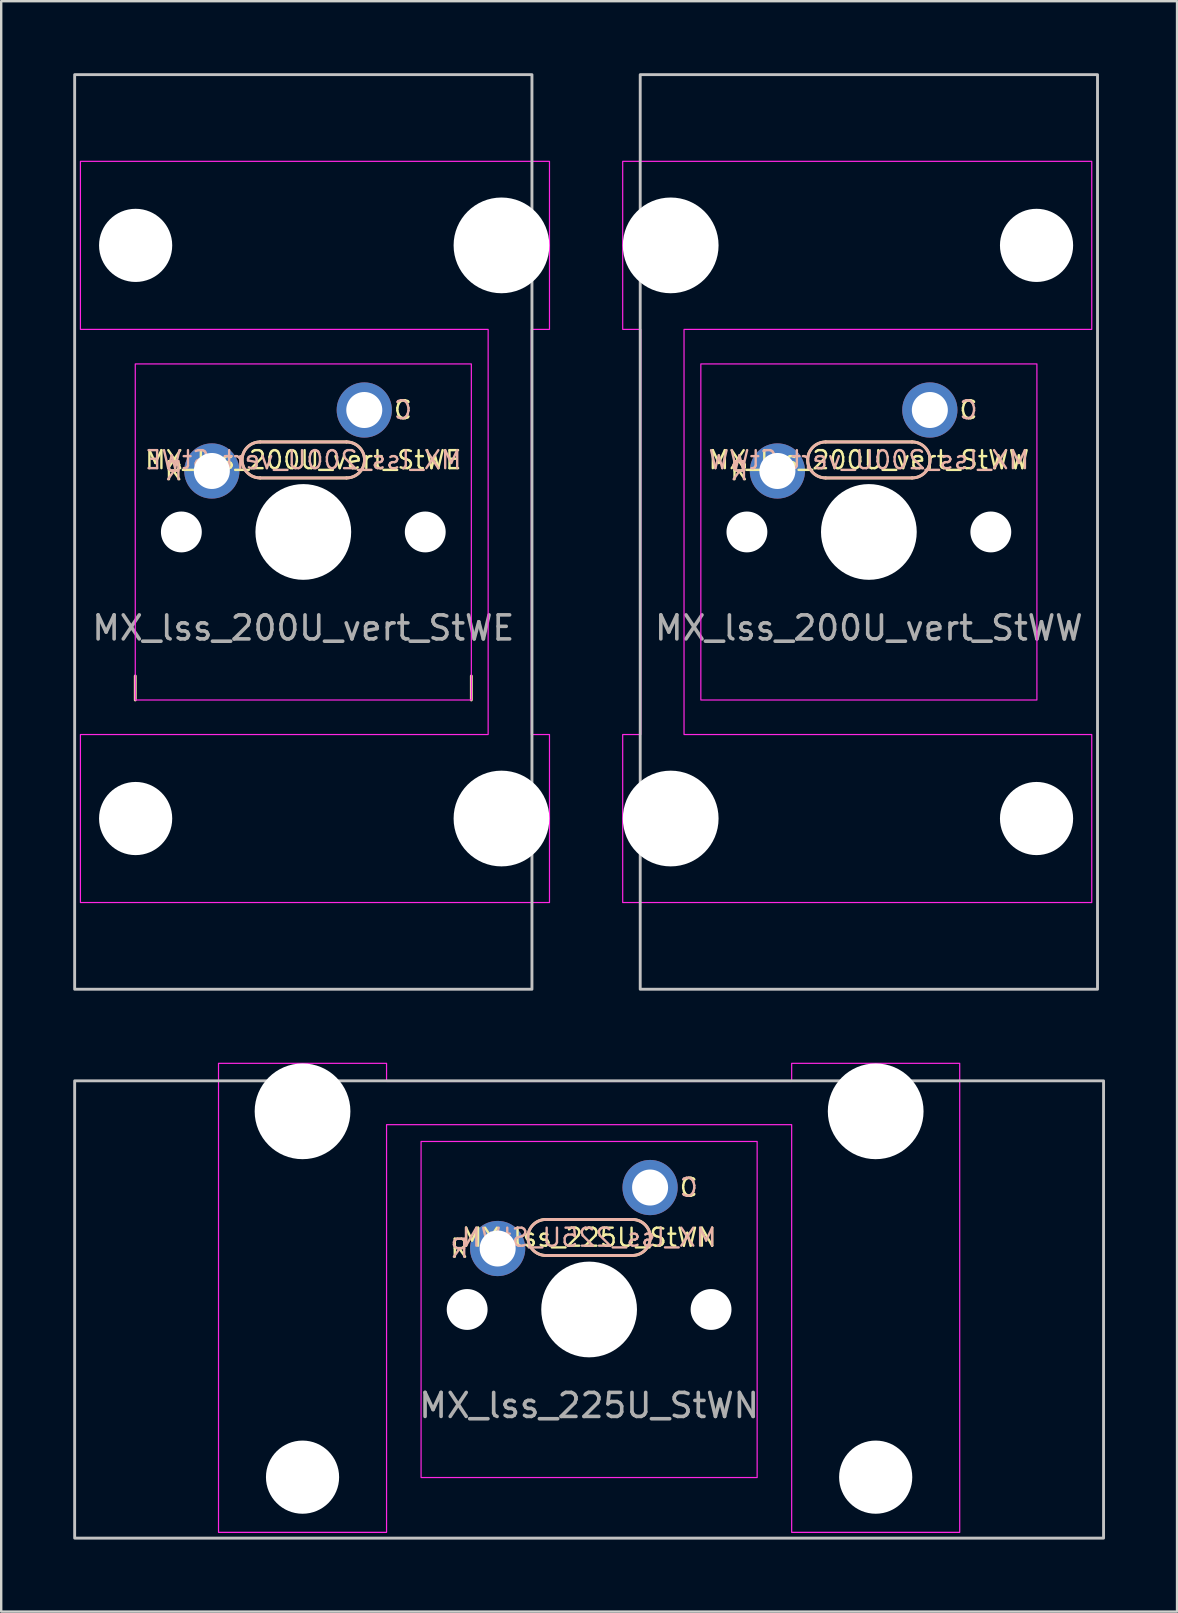
<source format=kicad_pcb>
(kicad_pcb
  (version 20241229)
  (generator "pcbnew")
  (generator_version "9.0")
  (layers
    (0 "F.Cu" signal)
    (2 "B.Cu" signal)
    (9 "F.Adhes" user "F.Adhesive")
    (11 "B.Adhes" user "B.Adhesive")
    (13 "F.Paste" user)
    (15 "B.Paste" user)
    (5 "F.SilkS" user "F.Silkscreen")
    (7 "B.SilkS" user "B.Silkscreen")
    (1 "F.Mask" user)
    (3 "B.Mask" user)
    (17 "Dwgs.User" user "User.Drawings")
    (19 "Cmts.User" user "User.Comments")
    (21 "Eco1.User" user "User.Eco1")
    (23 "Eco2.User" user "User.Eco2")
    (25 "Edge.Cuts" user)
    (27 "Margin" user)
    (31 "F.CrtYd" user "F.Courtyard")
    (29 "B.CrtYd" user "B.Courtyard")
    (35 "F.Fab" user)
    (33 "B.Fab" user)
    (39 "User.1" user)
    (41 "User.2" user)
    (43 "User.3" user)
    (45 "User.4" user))
  (footprint "MX_lss_225U_StWN"
    (layer "F.Cu")
    (at 21.491 51.5)
    (property "Reference" "MX_lss_225U_StWN" (at 0 -3 0) (unlocked yes) (layer "F.SilkS") (effects (font (size 0.75 0.75) (thickness 0.1))))
    (attr through_hole)
    (fp_line (start -1.8 -3.75) (end 1.8 -3.75) (stroke (width 0.12) (type solid)) (layer "F.SilkS"))
    (fp_line (start 1.8 -2.25) (end -1.8 -2.25) (stroke (width 0.12) (type solid)) (layer "F.SilkS"))
    (fp_arc (start -1.8 -2.25) (mid -2.55 -3) (end -1.8 -3.75) (stroke (width 0.12) (type solid)) (layer "F.SilkS"))
    (fp_arc (start 1.8 -3.75) (mid 2.55 -3) (end 1.8 -2.25) (stroke (width 0.12) (type solid)) (layer "F.SilkS"))
    (fp_line (start -1.8 -2.25) (end 1.8 -2.25) (stroke (width 0.12) (type solid)) (layer "B.SilkS"))
    (fp_line (start 1.8 -3.75) (end -1.8 -3.75) (stroke (width 0.12) (type solid)) (layer "B.SilkS"))
    (fp_arc (start -1.8 -2.25) (mid -2.55 -3) (end -1.8 -3.75) (stroke (width 0.12) (type solid)) (layer "B.SilkS"))
    (fp_arc (start 1.8 -3.75) (mid 2.55 -3) (end 1.8 -2.25) (stroke (width 0.12) (type solid)) (layer "B.SilkS"))
    (fp_rect (start -21.431 -9.525) (end 21.431 9.525) (stroke (width 0.12) (type solid)) (fill no) (layer "Dwgs.User"))
    (fp_rect (start -7 -7) (end 7 7) (stroke (width 0.05) (type solid)) (fill no) (layer "F.CrtYd"))
    (fp_poly (pts (xy 8.438 -7.7) (xy -8.438 -7.7) (xy -8.438 9.285) (xy -15.438 9.285) (xy -15.438 -10.255) (xy -8.438 -10.255) (xy -8.438 -9.5) (xy 8.438 -9.5) (xy 8.438 -10.255) (xy 15.438 -10.255) (xy 15.438 9.285) (xy 8.438 9.285)) (stroke (width 0.05) (type solid)) (fill no) (layer "F.CrtYd"))
    (fp_text user "R" (at -5.4 -2.54 0) (unlocked yes) (layer "F.SilkS") (effects (font (size 0.75 0.75) (thickness 0.1))))
    (fp_text user "C" (at 4.15 -5.08 0) (unlocked yes) (layer "F.SilkS") (effects (font (size 0.75 0.75) (thickness 0.1))))
    (fp_text user "${REFERENCE}" (at 0 -3 0) (unlocked yes) (layer "B.SilkS") (effects (font (size 0.75 0.75) (thickness 0.1)) (justify mirror)))
    (fp_text user "C" (at 4.15 -5.08 0) (unlocked yes) (layer "B.SilkS") (effects (font (size 0.75 0.75) (thickness 0.1)) (justify mirror)))
    (fp_text user "R" (at -5.4 -2.54 0) (unlocked yes) (layer "B.SilkS") (effects (font (size 0.75 0.75) (thickness 0.1)) (justify mirror)))
    (fp_text user "${REFERENCE}" (at 0 4 0) (unlocked yes) (layer "F.Fab") (effects (font (size 1 1) (thickness 0.15))))
    (pad "" np_thru_hole circle (at -11.938 -8.255 180) (size 3.988 3.988) (drill 3.988) (layers "*.Cu" "*.Mask"))
    (pad "" np_thru_hole circle (at -11.938 6.985 180) (size 3.048 3.048) (drill 3.048) (layers "*.Cu" "*.Mask"))
    (pad "" np_thru_hole circle (at -5.08 0) (size 1.702 1.702) (drill 1.702) (layers "*.Cu" "*.Mask"))
    (pad "" np_thru_hole circle (at 0 0) (size 3.988 3.988) (drill 3.988) (layers "*.Cu" "*.Mask"))
    (pad "" np_thru_hole circle (at 5.08 0) (size 1.702 1.702) (drill 1.702) (layers "*.Cu" "*.Mask"))
    (pad "" np_thru_hole circle (at 11.938 -8.255 180) (size 3.988 3.988) (drill 3.988) (layers "*.Cu" "*.Mask"))
    (pad "" np_thru_hole circle (at 11.938 6.985 180) (size 3.048 3.048) (drill 3.048) (layers "*.Cu" "*.Mask"))
    (pad "1" thru_hole circle (at 2.54 -5.08) (size 2.3 2.3) (drill 1.5) (layers "*.Cu" "*.Mask"))
    (pad "2" thru_hole circle (at -3.81 -2.54) (size 2.3 2.3) (drill 1.5) (layers "*.Cu" "*.Mask")))
  (footprint "MX_lss_200U_vert_StWE"
    (layer "F.Cu")
    (at 9.585 19.11)
    (property "Reference" "MX_lss_200U_vert_StWE" (at 0 -3 0) (unlocked yes) (layer "F.SilkS") (effects (font (size 0.75 0.75) (thickness 0.1))))
    (attr through_hole)
    (fp_line (start -7 7) (end -7 6) (stroke (width 0.12) (type solid)) (layer "F.SilkS"))
    (fp_line (start -1.8 -3.75) (end 1.8 -3.75) (stroke (width 0.12) (type solid)) (layer "F.SilkS"))
    (fp_line (start 1.8 -2.25) (end -1.8 -2.25) (stroke (width 0.12) (type solid)) (layer "F.SilkS"))
    (fp_line (start 7 7) (end 7 6) (stroke (width 0.12) (type solid)) (layer "F.SilkS"))
    (fp_arc (start -1.8 -2.25) (mid -2.55 -3) (end -1.8 -3.75) (stroke (width 0.12) (type solid)) (layer "F.SilkS"))
    (fp_arc (start 1.8 -3.75) (mid 2.55 -3) (end 1.8 -2.25) (stroke (width 0.12) (type solid)) (layer "F.SilkS"))
    (fp_line (start -1.8 -2.25) (end 1.8 -2.25) (stroke (width 0.12) (type solid)) (layer "B.SilkS"))
    (fp_line (start 1.8 -3.75) (end -1.8 -3.75) (stroke (width 0.12) (type solid)) (layer "B.SilkS"))
    (fp_arc (start -1.8 -2.25) (mid -2.55 -3) (end -1.8 -3.75) (stroke (width 0.12) (type solid)) (layer "B.SilkS"))
    (fp_arc (start 1.8 -3.75) (mid 2.55 -3) (end 1.8 -2.25) (stroke (width 0.12) (type solid)) (layer "B.SilkS"))
    (fp_rect (start 9.525 -19.05) (end -9.525 19.05) (stroke (width 0.12) (type solid)) (fill no) (layer "Dwgs.User"))
    (fp_rect (start -7 -7) (end 7 7) (stroke (width 0.05) (type solid)) (fill no) (layer "F.CrtYd"))
    (fp_poly (pts (xy 7.7 8.438) (xy 7.7 -8.438) (xy -9.285 -8.438) (xy -9.285 -15.438) (xy 10.255 -15.438) (xy 10.255 -8.438) (xy 9.5 -8.438) (xy 9.5 8.438) (xy 10.255 8.438) (xy 10.255 15.438) (xy -9.285 15.438) (xy -9.285 8.438)) (stroke (width 0.05) (type solid)) (fill no) (layer "F.CrtYd"))
    (fp_text user "R" (at -5.4 -2.54 0) (unlocked yes) (layer "F.SilkS") (effects (font (size 0.75 0.75) (thickness 0.1))))
    (fp_text user "C" (at 4.15 -5.08 0) (unlocked yes) (layer "F.SilkS") (effects (font (size 0.75 0.75) (thickness 0.1))))
    (fp_text user "C" (at 4.15 -5.08 0) (unlocked yes) (layer "B.SilkS") (effects (font (size 0.75 0.75) (thickness 0.1)) (justify mirror)))
    (fp_text user "${REFERENCE}" (at 0 -3 0) (unlocked yes) (layer "B.SilkS") (effects (font (size 0.75 0.75) (thickness 0.1)) (justify mirror)))
    (fp_text user "R" (at -5.4 -2.54 0) (unlocked yes) (layer "B.SilkS") (effects (font (size 0.75 0.75) (thickness 0.1)) (justify mirror)))
    (fp_text user "${REFERENCE}" (at 0 4 0) (unlocked yes) (layer "F.Fab") (effects (font (size 1 1) (thickness 0.15))))
    (pad "" np_thru_hole circle (at -6.985 -11.938 90) (size 3.048 3.048) (drill 3.048) (layers "*.Cu" "*.Mask"))
    (pad "" np_thru_hole circle (at -6.985 11.938 90) (size 3.048 3.048) (drill 3.048) (layers "*.Cu" "*.Mask"))
    (pad "" np_thru_hole circle (at -5.08 0) (size 1.702 1.702) (drill 1.702) (layers "*.Cu" "*.Mask"))
    (pad "" np_thru_hole circle (at 0 0) (size 3.988 3.988) (drill 3.988) (layers "*.Cu" "*.Mask"))
    (pad "" np_thru_hole circle (at 5.08 0) (size 1.702 1.702) (drill 1.702) (layers "*.Cu" "*.Mask"))
    (pad "" np_thru_hole circle (at 8.255 -11.938 90) (size 3.988 3.988) (drill 3.988) (layers "*.Cu" "*.Mask"))
    (pad "" np_thru_hole circle (at 8.255 11.938 90) (size 3.988 3.988) (drill 3.988) (layers "*.Cu" "*.Mask"))
    (pad "1" thru_hole circle (at 2.54 -5.08) (size 2.3 2.3) (drill 1.5) (layers "*.Cu" "*.Mask"))
    (pad "2" thru_hole circle (at -3.81 -2.54) (size 2.3 2.3) (drill 1.5) (layers "*.Cu" "*.Mask")))
  (footprint "MX_lss_200U_vert_StWW"
    (layer "F.Cu")
    (at 33.145 19.11)
    (property "Reference" "MX_lss_200U_vert_StWW" (at 0 -3 0) (unlocked yes) (layer "F.SilkS") (effects (font (size 0.75 0.75) (thickness 0.1))))
    (attr through_hole)
    (fp_line (start -1.8 -3.75) (end 1.8 -3.75) (stroke (width 0.12) (type solid)) (layer "F.SilkS"))
    (fp_line (start 1.8 -2.25) (end -1.8 -2.25) (stroke (width 0.12) (type solid)) (layer "F.SilkS"))
    (fp_arc (start -1.8 -2.25) (mid -2.55 -3) (end -1.8 -3.75) (stroke (width 0.12) (type solid)) (layer "F.SilkS"))
    (fp_arc (start 1.8 -3.75) (mid 2.55 -3) (end 1.8 -2.25) (stroke (width 0.12) (type solid)) (layer "F.SilkS"))
    (fp_line (start -1.8 -2.25) (end 1.8 -2.25) (stroke (width 0.12) (type solid)) (layer "B.SilkS"))
    (fp_line (start 1.8 -3.75) (end -1.8 -3.75) (stroke (width 0.12) (type solid)) (layer "B.SilkS"))
    (fp_arc (start -1.8 -2.25) (mid -2.55 -3) (end -1.8 -3.75) (stroke (width 0.12) (type solid)) (layer "B.SilkS"))
    (fp_arc (start 1.8 -3.75) (mid 2.55 -3) (end 1.8 -2.25) (stroke (width 0.12) (type solid)) (layer "B.SilkS"))
    (fp_rect (start -9.525 19.05) (end 9.525 -19.05) (stroke (width 0.12) (type solid)) (fill no) (layer "Dwgs.User"))
    (fp_rect (start -7 -7) (end 7 7) (stroke (width 0.05) (type solid)) (fill no) (layer "F.CrtYd"))
    (fp_poly (pts (xy -7.7 -8.438) (xy -7.7 8.438) (xy 9.285 8.438) (xy 9.285 15.438) (xy -10.255 15.438) (xy -10.255 8.438) (xy -9.5 8.438) (xy -9.5 -8.438) (xy -10.255 -8.438) (xy -10.255 -15.438) (xy 9.285 -15.438) (xy 9.285 -8.438)) (stroke (width 0.05) (type solid)) (fill no) (layer "F.CrtYd"))
    (fp_text user "R" (at -5.4 -2.54 0) (unlocked yes) (layer "F.SilkS") (effects (font (size 0.75 0.75) (thickness 0.1))))
    (fp_text user "C" (at 4.15 -5.08 0) (unlocked yes) (layer "F.SilkS") (effects (font (size 0.75 0.75) (thickness 0.1))))
    (fp_text user "R" (at -5.4 -2.54 0) (unlocked yes) (layer "B.SilkS") (effects (font (size 0.75 0.75) (thickness 0.1)) (justify mirror)))
    (fp_text user "${REFERENCE}" (at 0 -3 0) (unlocked yes) (layer "B.SilkS") (effects (font (size 0.75 0.75) (thickness 0.1)) (justify mirror)))
    (fp_text user "C" (at 4.15 -5.08 0) (unlocked yes) (layer "B.SilkS") (effects (font (size 0.75 0.75) (thickness 0.1)) (justify mirror)))
    (fp_text user "${REFERENCE}" (at 0 4 0) (unlocked yes) (layer "F.Fab") (effects (font (size 1 1) (thickness 0.15))))
    (pad "" np_thru_hole circle (at -8.255 -11.938 270) (size 3.988 3.988) (drill 3.988) (layers "*.Cu" "*.Mask"))
    (pad "" np_thru_hole circle (at -8.255 11.938 270) (size 3.988 3.988) (drill 3.988) (layers "*.Cu" "*.Mask"))
    (pad "" np_thru_hole circle (at -5.08 0) (size 1.702 1.702) (drill 1.702) (layers "*.Cu" "*.Mask"))
    (pad "" np_thru_hole circle (at 0 0) (size 3.988 3.988) (drill 3.988) (layers "*.Cu" "*.Mask"))
    (pad "" np_thru_hole circle (at 5.08 0) (size 1.702 1.702) (drill 1.702) (layers "*.Cu" "*.Mask"))
    (pad "" np_thru_hole circle (at 6.985 -11.938 270) (size 3.048 3.048) (drill 3.048) (layers "*.Cu" "*.Mask"))
    (pad "" np_thru_hole circle (at 6.985 11.938 270) (size 3.048 3.048) (drill 3.048) (layers "*.Cu" "*.Mask"))
    (pad "1" thru_hole circle (at 2.54 -5.08) (size 2.3 2.3) (drill 1.5) (layers "*.Cu" "*.Mask"))
    (pad "2" thru_hole circle (at -3.81 -2.54) (size 2.3 2.3) (drill 1.5) (layers "*.Cu" "*.Mask")))
  (gr_rect
    (start -3 -3)
    (end 45.983 64.085)
    (stroke (width 0.1) (type default))
    (fill no)
    (layer "Edge.Cuts")))
</source>
